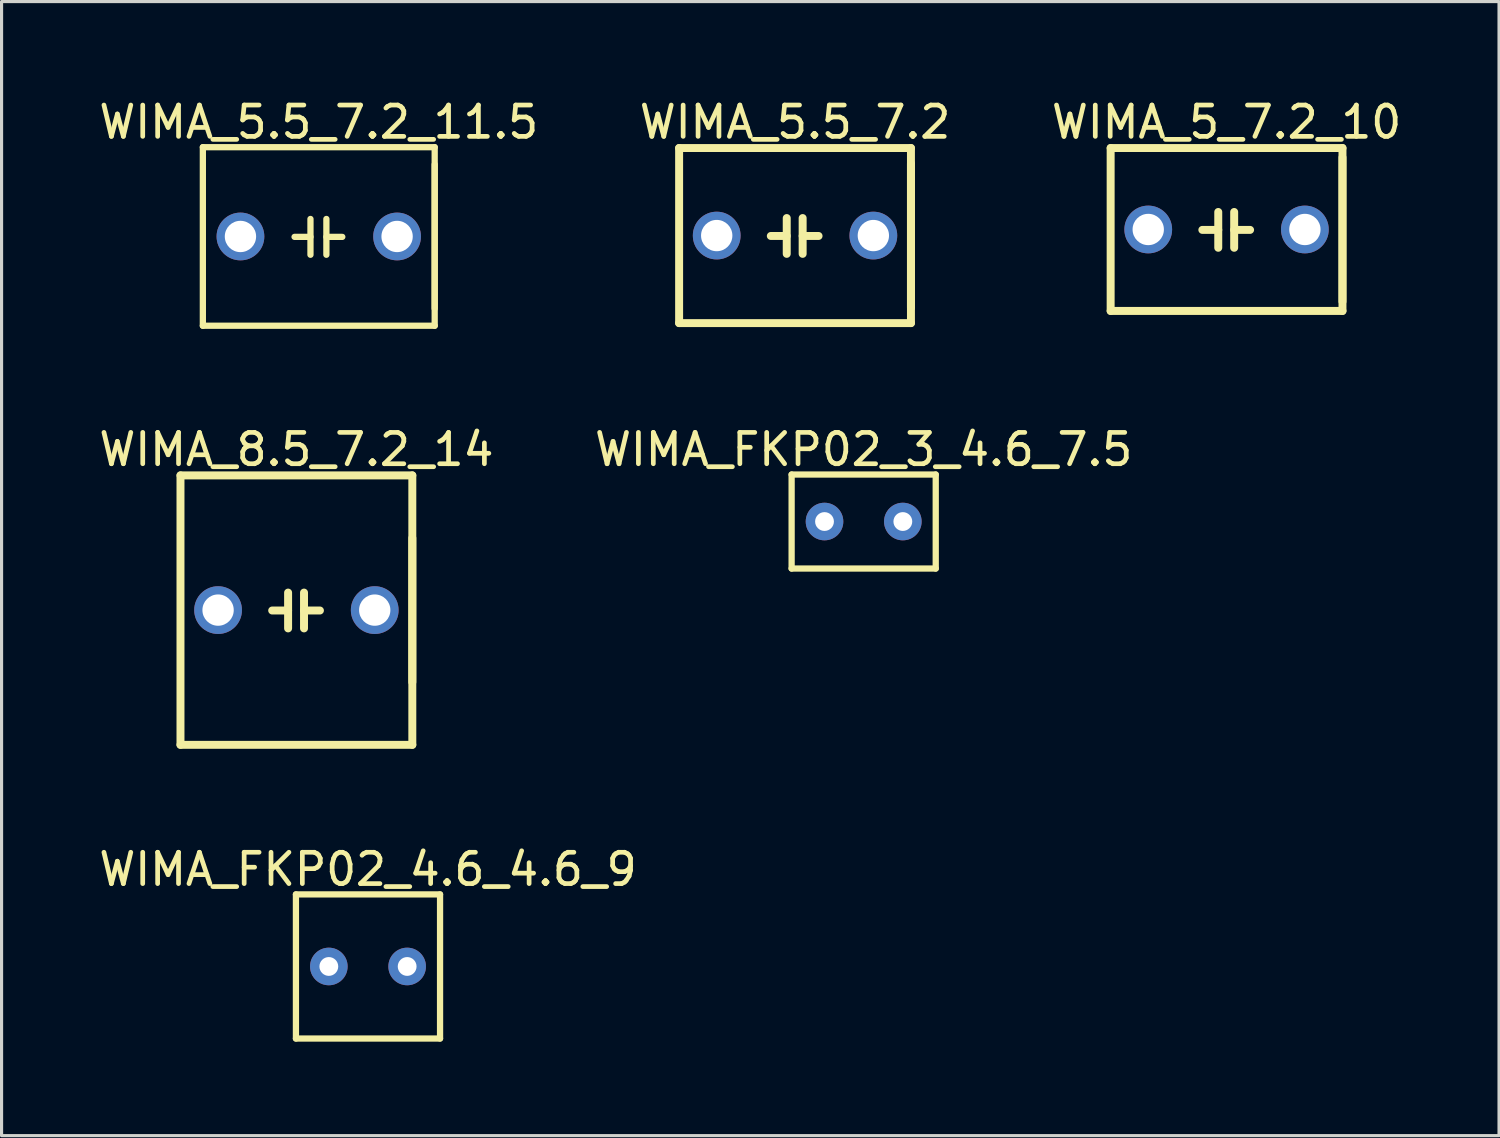
<source format=kicad_pcb>
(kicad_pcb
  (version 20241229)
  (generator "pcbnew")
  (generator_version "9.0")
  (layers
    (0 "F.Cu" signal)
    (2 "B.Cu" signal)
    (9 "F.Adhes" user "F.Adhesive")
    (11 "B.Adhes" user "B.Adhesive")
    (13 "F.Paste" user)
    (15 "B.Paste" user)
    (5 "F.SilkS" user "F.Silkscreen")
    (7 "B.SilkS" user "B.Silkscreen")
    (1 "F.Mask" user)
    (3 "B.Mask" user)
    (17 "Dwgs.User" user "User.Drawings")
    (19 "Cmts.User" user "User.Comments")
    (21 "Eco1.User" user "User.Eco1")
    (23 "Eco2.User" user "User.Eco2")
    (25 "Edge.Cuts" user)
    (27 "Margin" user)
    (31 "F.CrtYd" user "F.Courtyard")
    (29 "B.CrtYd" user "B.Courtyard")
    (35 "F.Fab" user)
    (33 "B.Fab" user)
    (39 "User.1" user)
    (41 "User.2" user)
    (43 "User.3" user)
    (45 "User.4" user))
  (footprint "WIMA_8.5_7.2_14"
    (layer "F.Cu")
    (at 6.411 16.424)
    (property "Reference" "WIMA_8.5_7.2_14" (at 0 -5.127 0) (layer "F.SilkS") (effects (font (size 1 1) (thickness 0.15))))
    (fp_line (start -3.7 -4.3) (end 3.7 -4.3) (stroke (width 0.254) (type solid)) (layer "F.SilkS"))
    (fp_line (start -3.7 4.3) (end -3.7 -4.3) (stroke (width 0.254) (type solid)) (layer "F.SilkS"))
    (fp_line (start -3.7 4.3) (end 3.7 4.3) (stroke (width 0.254) (type solid)) (layer "F.SilkS"))
    (fp_line (start -0.773 0.013) (end -0.265 0.013) (stroke (width 0.254) (type solid)) (layer "F.SilkS"))
    (fp_line (start -0.265 0.584) (end -0.265 -0.559) (stroke (width 0.254) (type solid)) (layer "F.SilkS"))
    (fp_line (start 0.243 0.013) (end 0.751 0.013) (stroke (width 0.254) (type solid)) (layer "F.SilkS"))
    (fp_line (start 0.243 0.584) (end 0.243 -0.559) (stroke (width 0.254) (type solid)) (layer "F.SilkS"))
    (fp_line (start 3.7 2.3) (end 3.7 -4.3) (stroke (width 0.254) (type solid)) (layer "F.SilkS"))
    (fp_line (start 3.7 4.3) (end 3.7 -2.3) (stroke (width 0.254) (type solid)) (layer "F.SilkS"))
    (fp_circle (center 0 0) (end 0 -0.064) (stroke (width 0.127) (type solid)) (fill no) (layer "Eco2.User"))
    (pad "1" thru_hole circle (at -2.5 0) (size 1.524 1.524) (drill 1) (layers "*.Cu" "*.Mask"))
    (pad "2" thru_hole circle (at 2.5 0) (size 1.524 1.524) (drill 1) (layers "*.Cu" "*.Mask")))
  (footprint "WIMA_5_7.2_10"
    (layer "F.Cu")
    (at 36.101 4.275)
    (property "Reference" "WIMA_5_7.2_10" (at 0 -3.427 0) (layer "F.SilkS") (effects (font (size 1 1) (thickness 0.15))))
    (fp_line (start -3.7 -2.6) (end 3.7 -2.6) (stroke (width 0.254) (type solid)) (layer "F.SilkS"))
    (fp_line (start -3.7 2.6) (end -3.7 -2.6) (stroke (width 0.254) (type solid)) (layer "F.SilkS"))
    (fp_line (start -3.7 2.6) (end 3.7 2.6) (stroke (width 0.254) (type solid)) (layer "F.SilkS"))
    (fp_line (start -0.773 0.013) (end -0.265 0.013) (stroke (width 0.254) (type solid)) (layer "F.SilkS"))
    (fp_line (start -0.265 0.584) (end -0.265 -0.559) (stroke (width 0.254) (type solid)) (layer "F.SilkS"))
    (fp_line (start 0.243 0.013) (end 0.751 0.013) (stroke (width 0.254) (type solid)) (layer "F.SilkS"))
    (fp_line (start 0.243 0.584) (end 0.243 -0.559) (stroke (width 0.254) (type solid)) (layer "F.SilkS"))
    (fp_line (start 3.7 2.3) (end 3.7 -2.6) (stroke (width 0.254) (type solid)) (layer "F.SilkS"))
    (fp_line (start 3.7 2.6) (end 3.7 -2.3) (stroke (width 0.254) (type solid)) (layer "F.SilkS"))
    (fp_circle (center 0 0) (end 0 -0.064) (stroke (width 0.127) (type solid)) (fill no) (layer "Eco2.User"))
    (pad "1" thru_hole circle (at -2.5 0) (size 1.524 1.524) (drill 1) (layers "*.Cu" "*.Mask"))
    (pad "2" thru_hole circle (at 2.5 0) (size 1.524 1.524) (drill 1) (layers "*.Cu" "*.Mask")))
  (footprint "WIMA_5.5_7.2_11.5"
    (layer "F.Cu")
    (at 7.125 4.498)
    (property "Reference" "WIMA_5.5_7.2_11.5" (at 0 -3.65 0) (layer "F.SilkS") (effects (font (size 1 1) (thickness 0.15))))
    (fp_line (start -3.7 -2.85) (end 3.7 -2.85) (stroke (width 0.2) (type solid)) (layer "F.SilkS"))
    (fp_line (start -3.7 2.85) (end -3.7 -2.85) (stroke (width 0.2) (type solid)) (layer "F.SilkS"))
    (fp_line (start -3.7 2.85) (end 3.7 2.85) (stroke (width 0.2) (type solid)) (layer "F.SilkS"))
    (fp_line (start -0.773 0.013) (end -0.265 0.013) (stroke (width 0.2) (type solid)) (layer "F.SilkS"))
    (fp_line (start -0.265 0.584) (end -0.265 -0.559) (stroke (width 0.2) (type solid)) (layer "F.SilkS"))
    (fp_line (start 0.243 0.013) (end 0.751 0.013) (stroke (width 0.2) (type solid)) (layer "F.SilkS"))
    (fp_line (start 0.243 0.584) (end 0.243 -0.559) (stroke (width 0.2) (type solid)) (layer "F.SilkS"))
    (fp_line (start 3.7 2.3) (end 3.7 -2.85) (stroke (width 0.2) (type solid)) (layer "F.SilkS"))
    (fp_line (start 3.7 2.85) (end 3.7 -2.3) (stroke (width 0.2) (type solid)) (layer "F.SilkS"))
    (fp_circle (center 0 0) (end 0 -0.064) (stroke (width 0.127) (type solid)) (fill no) (layer "Eco2.User"))
    (pad "1" thru_hole circle (at -2.5 0) (size 1.524 1.524) (drill 1) (layers "*.Cu" "*.Mask"))
    (pad "2" thru_hole circle (at 2.5 0) (size 1.524 1.524) (drill 1) (layers "*.Cu" "*.Mask")))
  (footprint "WIMA_FKP02_4.6_4.6_9"
    (layer "F.Cu")
    (at 8.696 27.799)
    (property "Reference" "WIMA_FKP02_4.6_4.6_9" (at 0 -3.1 0) (layer "F.SilkS") (effects (font (size 1 1) (thickness 0.15))))
    (fp_line (start -2.3 -2.3) (end 2.3 -2.3) (stroke (width 0.2) (type solid)) (layer "F.SilkS"))
    (fp_line (start -2.3 2.3) (end -2.3 -2.3) (stroke (width 0.2) (type solid)) (layer "F.SilkS"))
    (fp_line (start -2.3 2.3) (end 2.3 2.3) (stroke (width 0.2) (type solid)) (layer "F.SilkS"))
    (fp_line (start 2.3 2.3) (end 2.3 -2.3) (stroke (width 0.2) (type solid)) (layer "F.SilkS"))
    (pad "1" thru_hole circle (at -1.25 0) (size 1.2 1.2) (drill 0.6) (layers "*.Cu" "*.Mask"))
    (pad "2" thru_hole circle (at 1.25 0) (size 1.2 1.2) (drill 0.6) (layers "*.Cu" "*.Mask")))
  (footprint "WIMA_5.5_7.2"
    (layer "F.Cu")
    (at 22.327 4.469)
    (property "Reference" "WIMA_5.5_7.2" (at 0 -3.621 0) (layer "F.SilkS") (effects (font (size 1 1) (thickness 0.15))))
    (fp_line (start -3.7 -2.794) (end 3.7 -2.794) (stroke (width 0.254) (type solid)) (layer "F.SilkS"))
    (fp_line (start -3.7 2.794) (end -3.7 -2.794) (stroke (width 0.254) (type solid)) (layer "F.SilkS"))
    (fp_line (start -3.7 2.794) (end 3.7 2.794) (stroke (width 0.254) (type solid)) (layer "F.SilkS"))
    (fp_line (start -0.773 0.013) (end -0.265 0.013) (stroke (width 0.254) (type solid)) (layer "F.SilkS"))
    (fp_line (start -0.265 0.584) (end -0.265 -0.559) (stroke (width 0.254) (type solid)) (layer "F.SilkS"))
    (fp_line (start 0.243 0.013) (end 0.751 0.013) (stroke (width 0.254) (type solid)) (layer "F.SilkS"))
    (fp_line (start 0.243 0.584) (end 0.243 -0.559) (stroke (width 0.254) (type solid)) (layer "F.SilkS"))
    (fp_line (start 3.7 2.3) (end 3.7 -2.794) (stroke (width 0.254) (type solid)) (layer "F.SilkS"))
    (fp_line (start 3.7 2.794) (end 3.7 -2.3) (stroke (width 0.254) (type solid)) (layer "F.SilkS"))
    (fp_circle (center 0 0) (end 0 -0.064) (stroke (width 0.127) (type solid)) (fill no) (layer "Eco2.User"))
    (pad "1" thru_hole circle (at -2.5 0) (size 1.524 1.524) (drill 1) (layers "*.Cu" "*.Mask"))
    (pad "2" thru_hole circle (at 2.5 0) (size 1.524 1.524) (drill 1) (layers "*.Cu" "*.Mask")))
  (footprint "WIMA_FKP02_3_4.6_7.5"
    (layer "F.Cu")
    (at 24.518 13.597)
    (property "Reference" "WIMA_FKP02_3_4.6_7.5" (at 0 -2.3 0) (layer "F.SilkS") (effects (font (size 1 1) (thickness 0.15))))
    (fp_line (start -2.3 -1.5) (end 2.3 -1.5) (stroke (width 0.2) (type solid)) (layer "F.SilkS"))
    (fp_line (start -2.3 1.5) (end -2.3 -1.5) (stroke (width 0.2) (type solid)) (layer "F.SilkS"))
    (fp_line (start -2.3 1.5) (end 2.3 1.5) (stroke (width 0.2) (type solid)) (layer "F.SilkS"))
    (fp_line (start 2.3 1.5) (end 2.3 -1.5) (stroke (width 0.2) (type solid)) (layer "F.SilkS"))
    (pad "1" thru_hole circle (at -1.25 0) (size 1.2 1.2) (drill 0.6) (layers "*.Cu" "*.Mask"))
    (pad "2" thru_hole circle (at 1.25 0) (size 1.2 1.2) (drill 0.6) (layers "*.Cu" "*.Mask")))
  (gr_rect
    (start -3 -3)
    (end 44.798 33.199)
    (stroke (width 0.1) (type default))
    (fill no)
    (layer "Edge.Cuts")))
</source>
